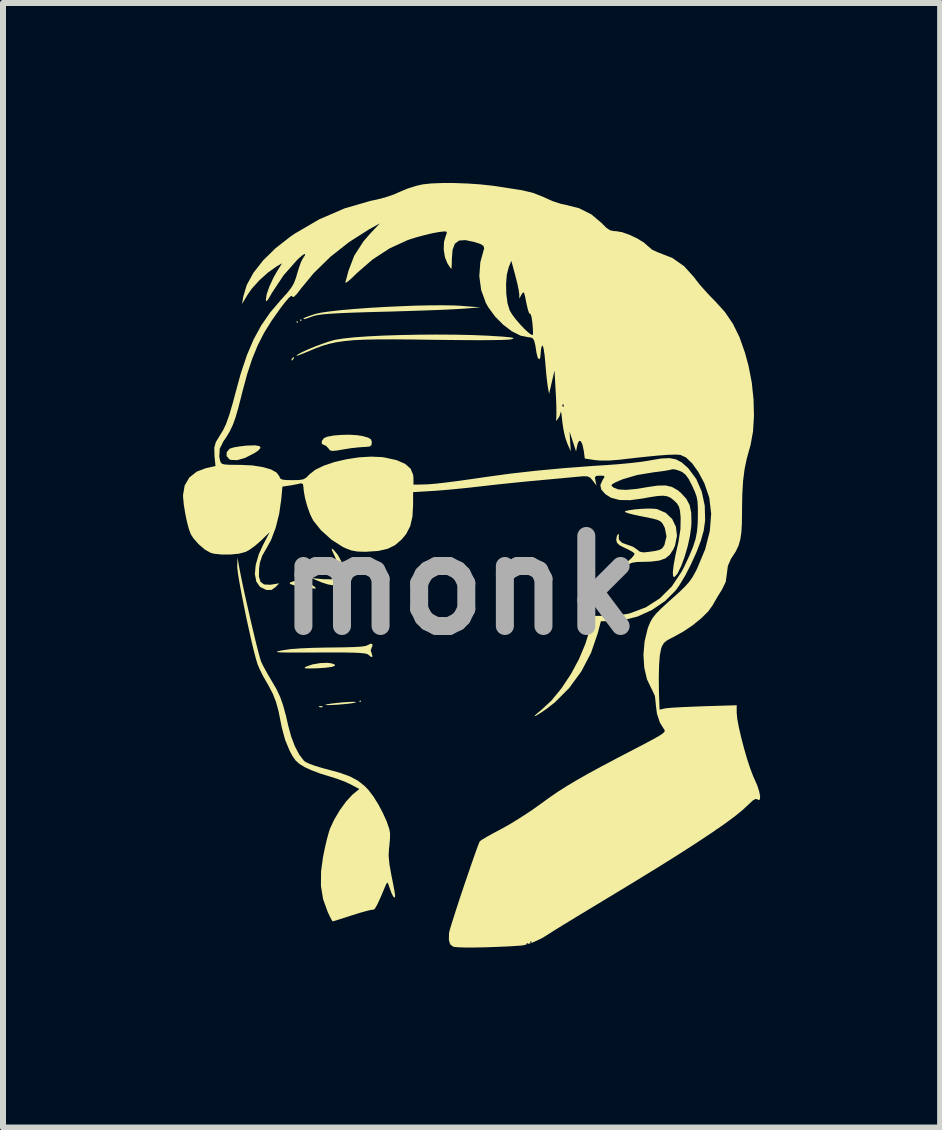
<source format=kicad_pcb>
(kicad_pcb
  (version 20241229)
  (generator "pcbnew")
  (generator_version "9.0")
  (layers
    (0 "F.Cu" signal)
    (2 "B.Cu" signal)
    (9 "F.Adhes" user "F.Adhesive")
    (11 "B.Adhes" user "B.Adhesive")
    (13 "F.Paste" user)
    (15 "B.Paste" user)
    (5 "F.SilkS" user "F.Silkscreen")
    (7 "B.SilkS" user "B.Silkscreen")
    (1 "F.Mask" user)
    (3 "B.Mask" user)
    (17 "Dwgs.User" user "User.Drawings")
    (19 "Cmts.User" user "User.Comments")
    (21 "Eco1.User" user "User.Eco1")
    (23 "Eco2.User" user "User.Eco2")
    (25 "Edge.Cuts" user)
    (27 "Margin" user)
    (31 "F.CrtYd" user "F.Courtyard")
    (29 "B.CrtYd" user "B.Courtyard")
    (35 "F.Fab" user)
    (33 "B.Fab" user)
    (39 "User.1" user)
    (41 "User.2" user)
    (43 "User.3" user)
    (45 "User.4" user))
  (footprint "monk"
    (layer "F.Cu")
    (at 4.613 6.703)
    (property "Reference" "monk" (at 0 0 0) (layer "F.Fab") (effects (font (size 1.5 1.5) (thickness 0.3))))
    (attr board_only exclude_from_pos_files exclude_from_bom)
    (fp_poly (pts (xy -2.696 -4.388) (xy -2.711 -4.373) (xy -2.726 -4.388) (xy -2.711 -4.403)) (stroke (width 0) (type solid)) (fill yes) (layer "F.SilkS"))
    (fp_poly (pts (xy -2.636 -4.418) (xy -2.651 -4.403) (xy -2.666 -4.418) (xy -2.651 -4.433)) (stroke (width 0) (type solid)) (fill yes) (layer "F.SilkS"))
    (fp_poly (pts (xy -1.647 1.932) (xy -1.662 1.947) (xy -1.677 1.932) (xy -1.662 1.917)) (stroke (width 0) (type solid)) (fill yes) (layer "F.SilkS"))
    (fp_poly (pts (xy -2.285 2.019) (xy -2.293 2.032) (xy -2.324 2.034) (xy -2.356 2.027) (xy -2.342 2.016) (xy -2.295 2.013)) (stroke (width 0) (type solid)) (fill yes) (layer "F.SilkS"))
    (fp_poly (pts (xy -2.765 -3.785) (xy -2.771 -3.774) (xy -2.799 -3.745) (xy -2.804 -3.744) (xy -2.806 -3.763) (xy -2.801 -3.774) (xy -2.772 -3.803) (xy -2.767 -3.804)) (stroke (width 0) (type solid)) (fill yes) (layer "F.SilkS"))
    (fp_poly (pts (xy -2.606 -0.07) (xy -2.53 -0.043) (xy -2.461 -0.004) (xy -2.413 0.031) (xy -2.398 0.053) (xy -2.417 0.056) (xy -2.457 0.05) (xy -2.539 0.038) (xy -2.643 0.022) (xy -2.766 0.000214) (xy -2.83 -0.022) (xy -2.835 -0.044) (xy -2.779 -0.065) (xy -2.741 -0.073)) (stroke (width 0) (type solid)) (fill yes) (layer "F.SilkS"))
    (fp_poly (pts (xy -2.139 1.301) (xy -2.083 1.322) (xy -2.083 1.342) (xy -2.136 1.36) (xy -2.237 1.374) (xy -2.372 1.383) (xy -2.494 1.386) (xy -2.564 1.385) (xy -2.589 1.378) (xy -2.577 1.364) (xy -2.56 1.355) (xy -2.458 1.319) (xy -2.329 1.297) (xy -2.205 1.292)) (stroke (width 0) (type solid)) (fill yes) (layer "F.SilkS"))
    (fp_poly (pts (xy -1.731 1.946) (xy -1.73 1.949) (xy -1.765 1.96) (xy -1.839 1.971) (xy -1.935 1.981) (xy -2.039 1.99) (xy -2.135 1.995) (xy -2.207 1.997) (xy -2.24 1.993) (xy -2.24 1.99) (xy -2.205 1.981) (xy -2.125 1.969) (xy -2.015 1.957) (xy -1.966 1.952) (xy -1.854 1.944) (xy -1.771 1.942)) (stroke (width 0) (type solid)) (fill yes) (layer "F.SilkS"))
    (fp_poly (pts (xy -3.339 -2.32) (xy -3.321 -2.29) (xy -3.36 -2.245) (xy -3.422 -2.203) (xy -3.576 -2.124) (xy -3.71 -2.085) (xy -3.813 -2.089) (xy -3.842 -2.1) (xy -3.887 -2.153) (xy -3.885 -2.219) (xy -3.838 -2.274) (xy -3.831 -2.278) (xy -3.771 -2.297) (xy -3.672 -2.314) (xy -3.554 -2.328) (xy -3.547 -2.328) (xy -3.414 -2.332)) (stroke (width 0) (type solid)) (fill yes) (layer "F.SilkS"))
    (fp_poly (pts (xy -2.099 -0.586) (xy -2.036 -0.509) (xy -1.977 -0.402) (xy -1.933 -0.292) (xy -1.917 -0.205) (xy -1.943 -0.121) (xy -2.009 -0.048) (xy -2.093 -0.006) (xy -2.129 -0.002) (xy -2.2 -0.015) (xy -2.295 -0.045) (xy -2.336 -0.062) (xy -2.471 -0.12) (xy -2.283 -0.102) (xy -2.144 -0.099) (xy -2.054 -0.125) (xy -2.01 -0.183) (xy -2.011 -0.277) (xy -2.054 -0.411) (xy -2.083 -0.478) (xy -2.123 -0.565) (xy -2.137 -0.606) (xy -2.127 -0.61)) (stroke (width 0) (type solid)) (fill yes) (layer "F.SilkS"))
    (fp_poly (pts (xy -1.71 -2.501) (xy -1.622 -2.487) (xy -1.53 -2.461) (xy -1.484 -2.434) (xy -1.468 -2.396) (xy -1.468 -2.378) (xy -1.474 -2.333) (xy -1.505 -2.312) (xy -1.577 -2.305) (xy -1.595 -2.305) (xy -1.691 -2.298) (xy -1.817 -2.284) (xy -1.941 -2.264) (xy -2.053 -2.245) (xy -2.122 -2.239) (xy -2.16 -2.246) (xy -2.182 -2.268) (xy -2.189 -2.281) (xy -2.232 -2.326) (xy -2.262 -2.336) (xy -2.3 -2.357) (xy -2.301 -2.403) (xy -2.266 -2.452) (xy -2.205 -2.477) (xy -2.102 -2.496) (xy -1.974 -2.506) (xy -1.837 -2.509)) (stroke (width 0) (type solid)) (fill yes) (layer "F.SilkS"))
    (fp_poly (pts (xy -1.455 0.985) (xy -1.46 1.023) (xy -1.468 1.034) (xy -1.486 1.087) (xy -1.469 1.136) (xy -1.455 1.186) (xy -1.477 1.196) (xy -1.521 1.161) (xy -1.524 1.157) (xy -1.546 1.145) (xy -1.59 1.135) (xy -1.665 1.128) (xy -1.774 1.123) (xy -1.926 1.12) (xy -2.126 1.119) (xy -2.357 1.12) (xy -2.594 1.121) (xy -2.776 1.121) (xy -2.908 1.12) (xy -2.994 1.118) (xy -3.04 1.114) (xy -3.05 1.108) (xy -3.029 1.099) (xy -2.981 1.088) (xy -2.948 1.082) (xy -2.825 1.064) (xy -2.651 1.051) (xy -2.435 1.042) (xy -2.186 1.037) (xy -2.157 1.037) (xy -1.933 1.034) (xy -1.765 1.029) (xy -1.645 1.022) (xy -1.57 1.011) (xy -1.533 0.996) (xy -1.533 0.996) (xy -1.486 0.972)) (stroke (width 0) (type solid)) (fill yes) (layer "F.SilkS"))
    (fp_poly (pts (xy -0.092 -4.663) (xy 0.015 -4.657) (xy 0.344 -4.631) (xy 0.045 -4.608) (xy -0.058 -4.602) (xy -0.212 -4.594) (xy -0.405 -4.586) (xy -0.63 -4.578) (xy -0.875 -4.57) (xy -1.132 -4.562) (xy -1.288 -4.558) (xy -1.58 -4.55) (xy -1.818 -4.542) (xy -2.009 -4.534) (xy -2.158 -4.525) (xy -2.272 -4.516) (xy -2.356 -4.505) (xy -2.417 -4.493) (xy -2.452 -4.482) (xy -2.541 -4.45) (xy -2.586 -4.436) (xy -2.604 -4.437) (xy -2.606 -4.447) (xy -2.58 -4.462) (xy -2.51 -4.488) (xy -2.413 -4.52) (xy -2.404 -4.523) (xy -2.307 -4.544) (xy -2.159 -4.565) (xy -1.97 -4.586) (xy -1.749 -4.605) (xy -1.506 -4.623) (xy -1.249 -4.638) (xy -0.989 -4.65) (xy -0.733 -4.66) (xy -0.493 -4.665) (xy -0.276 -4.666)) (stroke (width 0) (type solid)) (fill yes) (layer "F.SilkS"))
    (fp_poly (pts (xy -0.082 -4.176) (xy 0.206 -4.17) (xy 0.473 -4.159) (xy 0.709 -4.144) (xy 0.719 -4.143) (xy 0.829 -4.133) (xy 0.885 -4.124) (xy 0.895 -4.114) (xy 0.864 -4.101) (xy 0.854 -4.098) (xy 0.804 -4.093) (xy 0.7 -4.088) (xy 0.549 -4.086) (xy 0.356 -4.084) (xy 0.129 -4.085) (xy -0.127 -4.087) (xy -0.405 -4.09) (xy -0.464 -4.091) (xy -0.82 -4.096) (xy -1.122 -4.098) (xy -1.377 -4.097) (xy -1.591 -4.093) (xy -1.772 -4.084) (xy -1.925 -4.069) (xy -2.058 -4.05) (xy -2.176 -4.024) (xy -2.286 -3.992) (xy -2.395 -3.952) (xy -2.494 -3.911) (xy -2.599 -3.867) (xy -2.679 -3.836) (xy -2.722 -3.823) (xy -2.726 -3.824) (xy -2.699 -3.848) (xy -2.63 -3.885) (xy -2.529 -3.931) (xy -2.41 -3.98) (xy -2.287 -4.026) (xy -2.173 -4.065) (xy -2.081 -4.09) (xy -1.945 -4.112) (xy -1.759 -4.132) (xy -1.531 -4.148) (xy -1.27 -4.161) (xy -0.986 -4.17) (xy -0.687 -4.176) (xy -0.383 -4.178)) (stroke (width 0) (type solid)) (fill yes) (layer "F.SilkS"))
    (fp_poly (pts (xy 3.218 -1.277) (xy 3.285 -1.27) (xy 3.287 -1.269) (xy 3.431 -1.207) (xy 3.537 -1.106) (xy 3.6 -0.975) (xy 3.618 -0.824) (xy 3.586 -0.664) (xy 3.557 -0.598) (xy 3.499 -0.509) (xy 3.425 -0.448) (xy 3.322 -0.412) (xy 3.179 -0.394) (xy 3.065 -0.391) (xy 2.948 -0.388) (xy 2.867 -0.375) (xy 2.8 -0.346) (xy 2.723 -0.293) (xy 2.706 -0.279) (xy 2.639 -0.231) (xy 2.603 -0.212) (xy 2.606 -0.224) (xy 2.654 -0.273) (xy 2.73 -0.341) (xy 2.79 -0.39) (xy 2.861 -0.453) (xy 2.904 -0.505) (xy 2.91 -0.53) (xy 2.873 -0.559) (xy 2.8 -0.599) (xy 2.748 -0.623) (xy 2.661 -0.667) (xy 2.618 -0.708) (xy 2.606 -0.759) (xy 2.606 -0.76) (xy 2.617 -0.824) (xy 2.636 -0.853) (xy 2.652 -0.849) (xy 2.647 -0.825) (xy 2.65 -0.76) (xy 2.704 -0.707) (xy 2.8 -0.672) (xy 2.802 -0.672) (xy 2.888 -0.641) (xy 2.954 -0.595) (xy 3 -0.559) (xy 3.061 -0.548) (xy 3.143 -0.556) (xy 3.26 -0.573) (xy 3.332 -0.592) (xy 3.375 -0.619) (xy 3.402 -0.66) (xy 3.41 -0.676) (xy 3.443 -0.815) (xy 3.416 -0.954) (xy 3.4 -0.988) (xy 3.375 -1.032) (xy 3.346 -1.063) (xy 3.3 -1.087) (xy 3.227 -1.108) (xy 3.115 -1.132) (xy 3.012 -1.152) (xy 2.898 -1.176) (xy 2.806 -1.2) (xy 2.754 -1.22) (xy 2.748 -1.223) (xy 2.762 -1.238) (xy 2.821 -1.251) (xy 2.91 -1.264) (xy 3.016 -1.273) (xy 3.123 -1.278)) (stroke (width 0) (type solid)) (fill yes) (layer "F.SilkS"))
    (fp_poly (pts (xy -3.677 -0.3) (xy -3.652 -0.172) (xy -3.619 -0.01) (xy -3.579 0.174) (xy -3.534 0.372) (xy -3.489 0.572) (xy -3.443 0.766) (xy -3.401 0.942) (xy -3.363 1.092) (xy -3.333 1.204) (xy -3.313 1.269) (xy -3.311 1.274) (xy -3.273 1.352) (xy -3.214 1.46) (xy -3.146 1.576) (xy -3.133 1.598) (xy -3.055 1.732) (xy -2.994 1.862) (xy -2.944 2.005) (xy -2.897 2.177) (xy -2.861 2.336) (xy -2.812 2.517) (xy -2.749 2.683) (xy -2.677 2.821) (xy -2.603 2.918) (xy -2.576 2.941) (xy -2.515 2.971) (xy -2.412 3.009) (xy -2.285 3.047) (xy -2.212 3.066) (xy -1.997 3.125) (xy -1.83 3.186) (xy -1.698 3.257) (xy -1.589 3.343) (xy -1.524 3.41) (xy -1.443 3.516) (xy -1.359 3.65) (xy -1.282 3.796) (xy -1.218 3.939) (xy -1.176 4.061) (xy -1.163 4.135) (xy -1.165 4.229) (xy -1.175 4.344) (xy -1.181 4.389) (xy -1.187 4.509) (xy -1.172 4.66) (xy -1.14 4.836) (xy -1.114 4.966) (xy -1.093 5.077) (xy -1.081 5.153) (xy -1.078 5.178) (xy -1.087 5.207) (xy -1.11 5.187) (xy -1.14 5.127) (xy -1.169 5.047) (xy -1.194 4.974) (xy -1.21 4.953) (xy -1.226 4.976) (xy -1.238 5.003) (xy -1.315 5.187) (xy -1.374 5.316) (xy -1.416 5.389) (xy -1.439 5.406) (xy -1.476 5.408) (xy -1.556 5.427) (xy -1.669 5.459) (xy -1.787 5.496) (xy -1.917 5.538) (xy -2.023 5.572) (xy -2.095 5.594) (xy -2.121 5.601) (xy -2.137 5.576) (xy -2.17 5.512) (xy -2.202 5.444) (xy -2.279 5.231) (xy -2.315 5.01) (xy -2.313 4.768) (xy -2.281 4.532) (xy -2.25 4.38) (xy -2.216 4.233) (xy -2.182 4.111) (xy -2.164 4.055) (xy -2.093 3.903) (xy -1.999 3.745) (xy -1.895 3.602) (xy -1.794 3.493) (xy -1.778 3.479) (xy -1.676 3.395) (xy -1.819 3.318) (xy -1.921 3.271) (xy -2.054 3.222) (xy -2.188 3.18) (xy -2.192 3.179) (xy -2.33 3.136) (xy -2.47 3.083) (xy -2.582 3.032) (xy -2.582 3.032) (xy -2.673 2.977) (xy -2.739 2.918) (xy -2.795 2.836) (xy -2.838 2.754) (xy -2.912 2.575) (xy -2.968 2.368) (xy -2.981 2.301) (xy -3.021 2.101) (xy -3.064 1.942) (xy -3.119 1.803) (xy -3.193 1.663) (xy -3.22 1.617) (xy -3.284 1.504) (xy -3.341 1.388) (xy -3.372 1.314) (xy -3.399 1.223) (xy -3.434 1.089) (xy -3.474 0.923) (xy -3.516 0.734) (xy -3.56 0.533) (xy -3.601 0.331) (xy -3.639 0.138) (xy -3.671 -0.035) (xy -3.695 -0.178) (xy -3.708 -0.28) (xy -3.71 -0.32) (xy -3.706 -0.464)) (stroke (width 0) (type solid)) (fill yes) (layer "F.SilkS"))
    (fp_poly (pts (xy -0.09 -6.703) (xy 0.13 -6.695) (xy 0.345 -6.68) (xy 0.54 -6.659) (xy 0.599 -6.651) (xy 0.748 -6.628) (xy 0.911 -6.602) (xy 1.031 -6.584) (xy 1.216 -6.54) (xy 1.397 -6.469) (xy 1.423 -6.456) (xy 1.547 -6.401) (xy 1.679 -6.358) (xy 1.77 -6.338) (xy 1.99 -6.282) (xy 2.195 -6.178) (xy 2.364 -6.035) (xy 2.441 -5.957) (xy 2.503 -5.916) (xy 2.569 -5.902) (xy 2.602 -5.901) (xy 2.703 -5.884) (xy 2.828 -5.84) (xy 2.957 -5.779) (xy 3.068 -5.71) (xy 3.139 -5.647) (xy 3.205 -5.592) (xy 3.295 -5.55) (xy 3.312 -5.544) (xy 3.54 -5.455) (xy 3.736 -5.318) (xy 3.907 -5.129) (xy 3.932 -5.093) (xy 3.994 -5.014) (xy 4.085 -4.911) (xy 4.19 -4.798) (xy 4.255 -4.733) (xy 4.418 -4.552) (xy 4.551 -4.356) (xy 4.66 -4.134) (xy 4.752 -3.873) (xy 4.811 -3.654) (xy 4.864 -3.38) (xy 4.894 -3.097) (xy 4.901 -2.819) (xy 4.885 -2.562) (xy 4.845 -2.341) (xy 4.831 -2.291) (xy 4.781 -2.111) (xy 4.744 -1.934) (xy 4.72 -1.745) (xy 4.707 -1.528) (xy 4.702 -1.268) (xy 4.702 -1.243) (xy 4.7 -1.039) (xy 4.691 -0.881) (xy 4.672 -0.758) (xy 4.642 -0.656) (xy 4.596 -0.561) (xy 4.532 -0.462) (xy 4.519 -0.444) (xy 4.466 -0.323) (xy 4.45 -0.199) (xy 4.43 -0.056) (xy 4.37 0.068) (xy 4.366 0.075) (xy 4.3 0.18) (xy 4.233 0.296) (xy 4.215 0.329) (xy 4.141 0.433) (xy 4.024 0.549) (xy 3.879 0.667) (xy 3.717 0.775) (xy 3.558 0.862) (xy 3.46 0.913) (xy 3.402 0.959) (xy 3.368 1.015) (xy 3.352 1.063) (xy 3.332 1.17) (xy 3.32 1.327) (xy 3.315 1.527) (xy 3.317 1.761) (xy 3.321 1.883) (xy 3.328 2.073) (xy 3.409 2.054) (xy 3.464 2.046) (xy 3.568 2.038) (xy 3.709 2.03) (xy 3.877 2.023) (xy 4.051 2.016) (xy 4.613 1.999) (xy 4.613 2.12) (xy 4.622 2.22) (xy 4.648 2.362) (xy 4.687 2.531) (xy 4.734 2.712) (xy 4.785 2.89) (xy 4.838 3.051) (xy 4.887 3.18) (xy 4.908 3.227) (xy 4.955 3.333) (xy 4.987 3.432) (xy 5.003 3.513) (xy 5.001 3.566) (xy 4.98 3.579) (xy 4.963 3.569) (xy 4.928 3.56) (xy 4.88 3.587) (xy 4.806 3.657) (xy 4.805 3.658) (xy 4.71 3.746) (xy 4.578 3.853) (xy 4.406 3.98) (xy 4.193 4.127) (xy 3.938 4.296) (xy 3.638 4.489) (xy 3.291 4.706) (xy 2.895 4.949) (xy 2.449 5.219) (xy 2.396 5.251) (xy 2.196 5.372) (xy 2.009 5.485) (xy 1.843 5.586) (xy 1.704 5.671) (xy 1.6 5.735) (xy 1.538 5.774) (xy 1.527 5.782) (xy 1.369 5.88) (xy 1.211 5.954) (xy 1.137 5.976) (xy 1.138 5.976) (xy 1.123 5.961) (xy 1.108 5.976) (xy 1.116 5.983) (xy 1.069 5.997) (xy 1.018 6.004) (xy 0.817 6.017) (xy 0.614 6.026) (xy 0.417 6.033) (xy 0.237 6.036) (xy 0.084 6.036) (xy -0.032 6.032) (xy -0.101 6.025) (xy -0.112 6.022) (xy -0.162 5.982) (xy -0.173 5.946) (xy 1.168 5.946) (xy 1.183 5.961) (xy 1.198 5.946) (xy 1.183 5.931) (xy 1.168 5.946) (xy -0.173 5.946) (xy -0.183 5.91) (xy -0.181 5.796) (xy -0.17 5.75) (xy -0.143 5.657) (xy -0.102 5.529) (xy -0.052 5.372) (xy 0.005 5.198) (xy 0.066 5.016) (xy 0.128 4.834) (xy 0.187 4.662) (xy 0.24 4.51) (xy 0.284 4.387) (xy 0.316 4.302) (xy 0.333 4.265) (xy 0.368 4.24) (xy 0.446 4.193) (xy 0.554 4.133) (xy 0.682 4.065) (xy 0.684 4.064) (xy 0.84 3.977) (xy 1.019 3.866) (xy 1.199 3.748) (xy 1.347 3.643) (xy 1.486 3.542) (xy 1.626 3.445) (xy 1.777 3.349) (xy 1.944 3.249) (xy 2.136 3.14) (xy 2.36 3.018) (xy 2.624 2.878) (xy 2.885 2.742) (xy 3.072 2.645) (xy 3.211 2.571) (xy 3.309 2.516) (xy 3.372 2.476) (xy 3.405 2.447) (xy 3.415 2.425) (xy 3.408 2.406) (xy 3.403 2.4) (xy 3.333 2.288) (xy 3.284 2.142) (xy 3.265 1.986) (xy 3.265 1.979) (xy 3.25 1.844) (xy 3.198 1.732) (xy 3.193 1.724) (xy 3.118 1.567) (xy 3.073 1.374) (xy 3.059 1.159) (xy 3.078 0.937) (xy 3.129 0.724) (xy 3.144 0.682) (xy 3.176 0.607) (xy 3.215 0.541) (xy 3.27 0.472) (xy 3.35 0.391) (xy 3.463 0.287) (xy 3.523 0.233) (xy 3.655 0.115) (xy 3.751 0.022) (xy 3.822 -0.058) (xy 3.878 -0.138) (xy 3.93 -0.231) (xy 3.956 -0.284) (xy 4.088 -0.601) (xy 4.165 -0.904) (xy 4.188 -1.192) (xy 4.156 -1.461) (xy 4.075 -1.698) (xy 3.975 -1.886) (xy 3.871 -2.032) (xy 3.768 -2.13) (xy 3.674 -2.173) (xy 3.595 -2.178) (xy 3.465 -2.174) (xy 3.282 -2.16) (xy 3.044 -2.136) (xy 2.749 -2.103) (xy 2.681 -2.094) (xy 2.495 -2.079) (xy 2.33 -2.079) (xy 2.246 -2.087) (xy 2.082 -2.112) (xy 2.065 -2.24) (xy 2.043 -2.343) (xy 2.016 -2.4) (xy 1.988 -2.407) (xy 1.963 -2.361) (xy 1.957 -2.334) (xy 1.936 -2.231) (xy 1.882 -2.396) (xy 1.828 -2.561) (xy 1.838 -2.396) (xy 1.848 -2.231) (xy 1.789 -2.366) (xy 1.755 -2.465) (xy 1.726 -2.596) (xy 1.707 -2.725) (xy 1.697 -2.823) (xy 1.688 -2.882) (xy 1.682 -2.895) (xy 1.682 -2.889) (xy 1.66 -2.817) (xy 1.63 -2.769) (xy 1.602 -2.739) (xy 1.602 -2.748) (xy 1.608 -2.791) (xy 1.609 -2.881) (xy 1.607 -2.995) (xy 1.707 -2.995) (xy 1.718 -2.971) (xy 1.727 -2.975) (xy 1.731 -3.011) (xy 1.727 -3.015) (xy 1.709 -3.011) (xy 1.707 -2.995) (xy 1.607 -2.995) (xy 1.607 -3.006) (xy 1.601 -3.154) (xy 1.599 -3.183) (xy 1.577 -3.579) (xy 1.532 -3.385) (xy 1.487 -3.19) (xy 1.465 -3.31) (xy 1.454 -3.393) (xy 1.44 -3.516) (xy 1.428 -3.656) (xy 1.423 -3.721) (xy 1.411 -3.843) (xy 1.397 -3.936) (xy 1.383 -3.989) (xy 1.375 -3.997) (xy 1.356 -3.958) (xy 1.348 -3.887) (xy 1.348 -3.879) (xy 1.34 -3.793) (xy 1.321 -3.764) (xy 1.298 -3.791) (xy 1.277 -3.873) (xy 1.275 -3.887) (xy 1.256 -4.008) (xy 1.236 -4.082) (xy 1.21 -4.119) (xy 1.171 -4.132) (xy 1.142 -4.133) (xy 1.011 -4.16) (xy 0.867 -4.232) (xy 0.723 -4.341) (xy 0.587 -4.478) (xy 0.473 -4.634) (xy 0.432 -4.707) (xy 0.355 -4.92) (xy 0.341 -5.024) (xy 0.77 -5.024) (xy 0.774 -4.856) (xy 0.794 -4.7) (xy 0.83 -4.582) (xy 0.869 -4.516) (xy 0.931 -4.433) (xy 1.006 -4.346) (xy 1.082 -4.266) (xy 1.15 -4.204) (xy 1.199 -4.171) (xy 1.215 -4.17) (xy 1.219 -4.205) (xy 1.216 -4.281) (xy 1.209 -4.37) (xy 1.196 -4.461) (xy 1.181 -4.516) (xy 1.169 -4.524) (xy 1.154 -4.534) (xy 1.134 -4.592) (xy 1.112 -4.685) (xy 1.108 -4.704) (xy 1.087 -4.812) (xy 1.071 -4.868) (xy 1.056 -4.883) (xy 1.038 -4.862) (xy 1.029 -4.847) (xy 0.991 -4.777) (xy 0.99 -4.85) (xy 0.981 -4.913) (xy 0.961 -5.014) (xy 0.931 -5.134) (xy 0.923 -5.165) (xy 0.858 -5.406) (xy 0.815 -5.302) (xy 0.783 -5.18) (xy 0.77 -5.024) (xy 0.341 -5.024) (xy 0.324 -5.152) (xy 0.341 -5.384) (xy 0.388 -5.554) (xy 0.405 -5.616) (xy 0.392 -5.657) (xy 0.338 -5.689) (xy 0.24 -5.721) (xy 0.091 -5.752) (xy -0.014 -5.744) (xy -0.083 -5.692) (xy -0.121 -5.593) (xy -0.133 -5.444) (xy -0.135 -5.352) (xy -0.139 -5.289) (xy -0.143 -5.272) (xy -0.162 -5.295) (xy -0.199 -5.351) (xy -0.21 -5.369) (xy -0.25 -5.472) (xy -0.269 -5.599) (xy -0.264 -5.724) (xy -0.237 -5.815) (xy -0.218 -5.869) (xy -0.221 -5.892) (xy -0.261 -5.897) (xy -0.345 -5.887) (xy -0.46 -5.866) (xy -0.593 -5.834) (xy -0.73 -5.797) (xy -0.858 -5.756) (xy -0.874 -5.75) (xy -1.169 -5.615) (xy -1.453 -5.43) (xy -1.714 -5.204) (xy -1.727 -5.191) (xy -1.809 -5.111) (xy -1.871 -5.059) (xy -1.905 -5.04) (xy -1.908 -5.049) (xy -1.89 -5.113) (xy -1.865 -5.206) (xy -1.856 -5.241) (xy -1.761 -5.491) (xy -1.607 -5.73) (xy -1.502 -5.852) (xy -1.333 -6.031) (xy -1.513 -5.931) (xy -1.846 -5.719) (xy -2.159 -5.472) (xy -2.437 -5.2) (xy -2.644 -4.949) (xy -2.717 -4.854) (xy -2.764 -4.807) (xy -2.788 -4.805) (xy -2.792 -4.815) (xy -2.809 -4.824) (xy -2.851 -4.789) (xy -2.92 -4.708) (xy -2.986 -4.622) (xy -3.139 -4.406) (xy -3.265 -4.202) (xy -3.37 -3.995) (xy -3.461 -3.772) (xy -3.544 -3.52) (xy -3.624 -3.224) (xy -3.641 -3.155) (xy -3.693 -2.952) (xy -3.739 -2.794) (xy -3.784 -2.67) (xy -3.834 -2.565) (xy -3.893 -2.467) (xy -3.94 -2.399) (xy -4.001 -2.277) (xy -4.009 -2.144) (xy -3.995 -2.074) (xy -3.983 -2.044) (xy -3.961 -2.024) (xy -3.917 -2.013) (xy -3.838 -2.008) (xy -3.715 -2.007) (xy -3.668 -2.007) (xy -3.464 -1.998) (xy -3.288 -1.971) (xy -3.148 -1.931) (xy -3.052 -1.877) (xy -3.008 -1.815) (xy -2.994 -1.781) (xy -2.961 -1.762) (xy -2.896 -1.754) (xy -2.792 -1.752) (xy -2.682 -1.754) (xy -2.612 -1.765) (xy -2.563 -1.791) (xy -2.514 -1.84) (xy -2.506 -1.849) (xy -2.409 -1.925) (xy -2.266 -1.994) (xy -2.088 -2.054) (xy -1.89 -2.1) (xy -1.683 -2.132) (xy -1.481 -2.144) (xy -1.297 -2.136) (xy -1.25 -2.129) (xy -1.053 -2.085) (xy -0.911 -2.023) (xy -0.821 -1.943) (xy -0.778 -1.84) (xy -0.773 -1.784) (xy -0.773 -1.677) (xy -0.634 -1.679) (xy -0.527 -1.683) (xy -0.394 -1.694) (xy -0.227 -1.713) (xy -0.019 -1.74) (xy 0.237 -1.776) (xy 0.449 -1.807) (xy 0.837 -1.86) (xy 1.27 -1.909) (xy 1.731 -1.952) (xy 2.207 -1.988) (xy 2.456 -2.004) (xy 2.643 -2.018) (xy 2.834 -2.036) (xy 3.009 -2.056) (xy 3.148 -2.077) (xy 3.179 -2.083) (xy 3.357 -2.113) (xy 3.494 -2.119) (xy 3.603 -2.098) (xy 3.698 -2.047) (xy 3.793 -1.963) (xy 3.808 -1.948) (xy 3.939 -1.772) (xy 4.031 -1.56) (xy 4.081 -1.325) (xy 4.087 -1.078) (xy 4.063 -0.91) (xy 4.017 -0.746) (xy 3.944 -0.554) (xy 3.853 -0.353) (xy 3.754 -0.16) (xy 3.654 0.005) (xy 3.597 0.085) (xy 3.419 0.263) (xy 3.202 0.411) (xy 2.961 0.521) (xy 2.71 0.585) (xy 2.534 0.599) (xy 2.35 0.599) (xy 2.297 0.802) (xy 2.185 1.128) (xy 2.024 1.435) (xy 1.821 1.713) (xy 1.582 1.952) (xy 1.453 2.053) (xy 1.348 2.125) (xy 1.277 2.169) (xy 1.244 2.183) (xy 1.251 2.168) (xy 1.303 2.122) (xy 1.357 2.078) (xy 1.527 1.92) (xy 1.694 1.716) (xy 1.85 1.481) (xy 1.985 1.23) (xy 2.091 0.977) (xy 2.142 0.811) (xy 2.191 0.618) (xy 2.121 0.564) (xy 2.093 0.54) (xy 2.087 0.525) (xy 2.112 0.516) (xy 2.176 0.511) (xy 2.288 0.51) (xy 2.366 0.51) (xy 2.517 0.505) (xy 2.663 0.494) (xy 2.783 0.479) (xy 2.831 0.468) (xy 3.098 0.368) (xy 3.331 0.219) (xy 3.531 0.02) (xy 3.696 -0.228) (xy 3.737 -0.307) (xy 3.824 -0.492) (xy 3.886 -0.641) (xy 3.927 -0.769) (xy 3.951 -0.892) (xy 3.963 -1.026) (xy 3.966 -1.153) (xy 3.966 -1.296) (xy 3.96 -1.399) (xy 3.944 -1.481) (xy 3.914 -1.563) (xy 3.872 -1.656) (xy 3.814 -1.769) (xy 3.763 -1.841) (xy 3.708 -1.885) (xy 3.669 -1.904) (xy 3.593 -1.929) (xy 3.541 -1.934) (xy 3.534 -1.932) (xy 3.493 -1.921) (xy 3.408 -1.906) (xy 3.295 -1.891) (xy 3.243 -1.885) (xy 2.951 -1.837) (xy 2.705 -1.764) (xy 2.593 -1.715) (xy 2.535 -1.682) (xy 2.527 -1.659) (xy 2.56 -1.629) (xy 2.561 -1.629) (xy 2.642 -1.597) (xy 2.77 -1.59) (xy 2.947 -1.606) (xy 3.118 -1.635) (xy 3.293 -1.661) (xy 3.426 -1.664) (xy 3.534 -1.639) (xy 3.629 -1.585) (xy 3.684 -1.539) (xy 3.773 -1.442) (xy 3.829 -1.336) (xy 3.856 -1.207) (xy 3.859 -1.04) (xy 3.855 -0.974) (xy 3.834 -0.821) (xy 3.796 -0.649) (xy 3.746 -0.477) (xy 3.689 -0.322) (xy 3.631 -0.203) (xy 3.616 -0.18) (xy 3.575 -0.137) (xy 3.553 -0.15) (xy 3.549 -0.217) (xy 3.562 -0.335) (xy 3.593 -0.503) (xy 3.642 -0.719) (xy 3.643 -0.725) (xy 3.676 -0.94) (xy 3.679 -1.125) (xy 3.669 -1.238) (xy 3.651 -1.31) (xy 3.618 -1.364) (xy 3.57 -1.412) (xy 3.513 -1.457) (xy 3.456 -1.483) (xy 3.385 -1.493) (xy 3.288 -1.487) (xy 3.153 -1.466) (xy 3.057 -1.448) (xy 2.836 -1.418) (xy 2.659 -1.421) (xy 2.518 -1.459) (xy 2.426 -1.517) (xy 2.356 -1.595) (xy 2.341 -1.67) (xy 2.379 -1.755) (xy 2.383 -1.761) (xy 2.411 -1.806) (xy 2.398 -1.824) (xy 2.336 -1.827) (xy 2.335 -1.827) (xy 2.27 -1.822) (xy 2.251 -1.797) (xy 2.259 -1.745) (xy 2.277 -1.662) (xy 2.214 -1.745) (xy 2.172 -1.793) (xy 2.126 -1.815) (xy 2.055 -1.817) (xy 1.997 -1.812) (xy 1.914 -1.804) (xy 1.786 -1.792) (xy 1.626 -1.777) (xy 1.449 -1.761) (xy 1.333 -1.75) (xy 1.113 -1.73) (xy 0.866 -1.705) (xy 0.618 -1.679) (xy 0.396 -1.654) (xy 0.344 -1.648) (xy 0.149 -1.626) (xy -0.058 -1.605) (xy -0.253 -1.587) (xy -0.417 -1.574) (xy -0.457 -1.572) (xy -0.779 -1.552) (xy -0.779 -1.341) (xy -0.79 -1.143) (xy -0.827 -0.986) (xy -0.894 -0.855) (xy -0.973 -0.76) (xy -1.081 -0.668) (xy -1.206 -0.607) (xy -1.361 -0.572) (xy -1.56 -0.559) (xy -1.574 -0.558) (xy -1.705 -0.562) (xy -1.807 -0.58) (xy -1.909 -0.619) (xy -1.954 -0.641) (xy -2.141 -0.761) (xy -2.315 -0.918) (xy -2.443 -1.078) (xy -2.493 -1.178) (xy -2.542 -1.313) (xy -2.581 -1.457) (xy -2.603 -1.586) (xy -2.606 -1.631) (xy -2.615 -1.688) (xy -2.648 -1.699) (xy -2.658 -1.697) (xy -2.721 -1.683) (xy -2.811 -1.666) (xy -2.834 -1.663) (xy -2.957 -1.644) (xy -2.975 -1.443) (xy -3.01 -1.195) (xy -3.069 -0.959) (xy -3.147 -0.753) (xy -3.221 -0.619) (xy -3.293 -0.494) (xy -3.332 -0.378) (xy -3.346 -0.278) (xy -3.348 -0.142) (xy -3.321 -0.056) (xy -3.261 -0.014) (xy -3.163 -0.009) (xy -3.132 -0.013) (xy -3.01 -0.033) (xy -3.074 0.032) (xy -3.138 0.077) (xy -3.213 0.079) (xy -3.232 0.075) (xy -3.33 0.027) (xy -3.392 -0.062) (xy -3.416 -0.187) (xy -3.402 -0.34) (xy -3.351 -0.516) (xy -3.283 -0.666) (xy -3.17 -0.884) (xy -3.315 -0.743) (xy -3.409 -0.661) (xy -3.506 -0.591) (xy -3.571 -0.556) (xy -3.678 -0.527) (xy -3.817 -0.513) (xy -3.964 -0.512) (xy -4.093 -0.525) (xy -4.154 -0.541) (xy -4.25 -0.596) (xy -4.354 -0.685) (xy -4.443 -0.787) (xy -4.482 -0.848) (xy -4.514 -0.932) (xy -4.547 -1.055) (xy -4.577 -1.199) (xy -4.6 -1.342) (xy -4.612 -1.467) (xy -4.613 -1.502) (xy -4.586 -1.663) (xy -4.508 -1.796) (xy -4.385 -1.894) (xy -4.233 -1.951) (xy -4.072 -1.987) (xy -4.089 -2.154) (xy -4.092 -2.296) (xy -4.067 -2.385) (xy -4.029 -2.448) (xy -3.975 -2.536) (xy -3.945 -2.585) (xy -3.897 -2.686) (xy -3.842 -2.84) (xy -3.783 -3.041) (xy -3.746 -3.181) (xy -3.65 -3.533) (xy -3.548 -3.836) (xy -3.436 -4.099) (xy -3.308 -4.333) (xy -3.16 -4.547) (xy -2.986 -4.751) (xy -2.978 -4.76) (xy -2.877 -4.872) (xy -2.809 -4.959) (xy -2.764 -5.037) (xy -2.731 -5.124) (xy -2.713 -5.187) (xy -2.68 -5.297) (xy -2.646 -5.39) (xy -2.619 -5.442) (xy -2.58 -5.502) (xy -2.58 -5.523) (xy -2.615 -5.506) (xy -2.681 -5.451) (xy -2.713 -5.42) (xy -2.937 -5.166) (xy -3.13 -4.875) (xy -3.147 -4.845) (xy -3.197 -4.761) (xy -3.226 -4.732) (xy -3.234 -4.751) (xy -3.219 -4.85) (xy -3.174 -4.979) (xy -3.109 -5.121) (xy -3.054 -5.219) (xy -2.963 -5.366) (xy -3.055 -5.312) (xy -3.198 -5.211) (xy -3.342 -5.081) (xy -3.467 -4.943) (xy -3.538 -4.841) (xy -3.629 -4.688) (xy -3.61 -4.807) (xy -3.552 -5.003) (xy -3.44 -5.207) (xy -3.279 -5.413) (xy -3.073 -5.615) (xy -2.828 -5.807) (xy -2.756 -5.857) (xy -2.346 -6.097) (xy -1.92 -6.281) (xy -1.484 -6.407) (xy -1.391 -6.426) (xy -1.25 -6.462) (xy -1.102 -6.512) (xy -0.999 -6.557) (xy -0.87 -6.611) (xy -0.721 -6.658) (xy -0.618 -6.681) (xy -0.48 -6.696) (xy -0.299 -6.703)) (stroke (width 0) (type solid)) (fill yes) (layer "F.SilkS")))
  (gr_rect
    (start -3 -3)
    (end 12.616 15.739)
    (stroke (width 0.1) (type default))
    (fill no)
    (layer "Edge.Cuts")))
</source>
